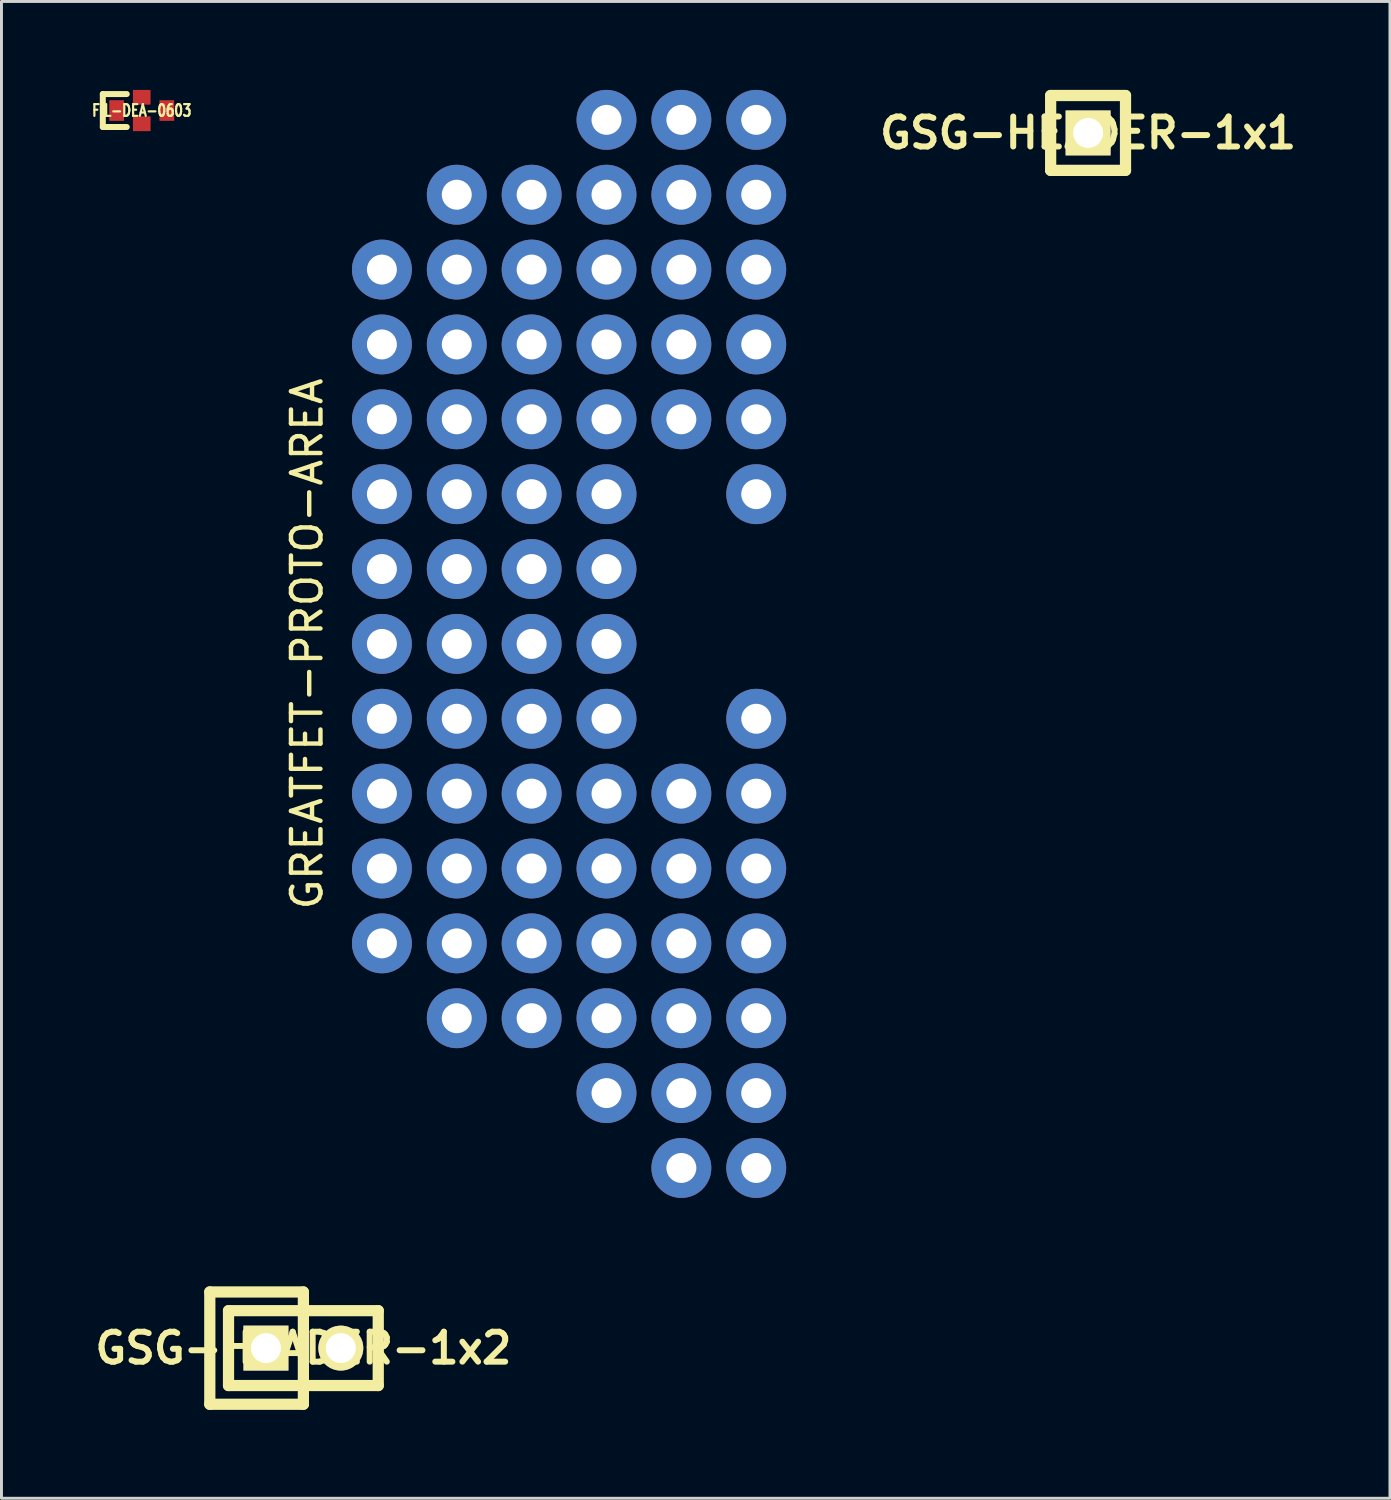
<source format=kicad_pcb>
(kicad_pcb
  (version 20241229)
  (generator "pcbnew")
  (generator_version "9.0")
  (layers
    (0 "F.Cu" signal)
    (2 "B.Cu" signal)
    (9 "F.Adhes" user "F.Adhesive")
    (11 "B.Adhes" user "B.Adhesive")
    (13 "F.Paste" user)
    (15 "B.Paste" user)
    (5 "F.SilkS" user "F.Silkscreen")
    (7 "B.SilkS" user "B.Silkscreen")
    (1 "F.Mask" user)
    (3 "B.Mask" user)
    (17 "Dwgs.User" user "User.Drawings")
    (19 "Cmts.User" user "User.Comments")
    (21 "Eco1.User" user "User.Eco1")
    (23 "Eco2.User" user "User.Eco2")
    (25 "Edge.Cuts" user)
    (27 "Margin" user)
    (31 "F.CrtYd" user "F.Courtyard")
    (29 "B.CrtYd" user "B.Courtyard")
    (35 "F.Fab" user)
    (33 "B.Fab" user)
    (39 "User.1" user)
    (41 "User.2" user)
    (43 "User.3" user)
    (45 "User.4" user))
  (footprint "GSG-HEADER-1x1"
    (layer "F.Cu")
    (at 33.866 1.46)
    (property "Reference" "GSG-HEADER-1x1" (at 0 0 0) (layer "F.SilkS") (effects (font (size 1.016 1.016) (thickness 0.203))))
    (attr through_hole)
    (fp_line (start -1.27 -1.27) (end -1.27 1.27) (stroke (width 0.381) (type solid)) (layer "F.SilkS"))
    (fp_line (start -1.27 -1.27) (end 1.27 -1.27) (stroke (width 0.381) (type solid)) (layer "F.SilkS"))
    (fp_line (start 1.27 -1.27) (end 1.27 1.27) (stroke (width 0.381) (type solid)) (layer "F.SilkS"))
    (fp_line (start 1.27 1.27) (end -1.27 1.27) (stroke (width 0.381) (type solid)) (layer "F.SilkS"))
    (pad "1" thru_hole rect (at 0 0) (size 1.524 1.524) (drill 1.016) (layers "*.Cu" "*.Mask" "F.SilkS")))
  (footprint "FIL-DEA-0603"
    (layer "F.Cu")
    (at 1.759 0.7)
    (property "Reference" "FIL-DEA-0603" (at 0 0 0) (layer "F.SilkS") (effects (font (size 0.399 0.3) (thickness 0.075))))
    (attr through_hole)
    (fp_line (start -1.321 -0.559) (end -1.321 0.559) (stroke (width 0.203) (type solid)) (layer "F.SilkS"))
    (fp_line (start -1.321 0.559) (end -0.508 0.559) (stroke (width 0.203) (type solid)) (layer "F.SilkS"))
    (fp_line (start -0.508 -0.559) (end -1.321 -0.559) (stroke (width 0.203) (type solid)) (layer "F.SilkS"))
    (pad "1" smd rect (at -0.851 0) (size 0.5 0.701) (layers "F.Cu" "F.Mask" "F.Paste"))
    (pad "2" smd rect (at 0 0.45) (size 0.599 0.5) (layers "F.Cu" "F.Mask" "F.Paste"))
    (pad "3" smd rect (at 0.851 0) (size 0.5 0.701) (layers "F.Cu" "F.Mask" "F.Paste"))
    (pad "4" smd rect (at 0 -0.45) (size 0.599 0.5) (layers "F.Cu" "F.Mask" "F.Paste")))
  (footprint "GSG-HEADER-1x2"
    (layer "F.Cu")
    (at 7.243 42.688)
    (property "Reference" "GSG-HEADER-1x2" (at 0 0 0) (layer "F.SilkS") (effects (font (size 1.016 1.016) (thickness 0.203))))
    (attr through_hole)
    (fp_line (start -3.175 -1.905) (end -3.175 1.905) (stroke (width 0.381) (type solid)) (layer "F.SilkS"))
    (fp_line (start -3.175 1.905) (end 0 1.905) (stroke (width 0.381) (type solid)) (layer "F.SilkS"))
    (fp_line (start -2.54 -1.27) (end -2.54 1.27) (stroke (width 0.381) (type solid)) (layer "F.SilkS"))
    (fp_line (start -2.54 -1.27) (end 2.54 -1.27) (stroke (width 0.381) (type solid)) (layer "F.SilkS"))
    (fp_line (start 0 -1.905) (end -3.175 -1.905) (stroke (width 0.381) (type solid)) (layer "F.SilkS"))
    (fp_line (start 0 1.905) (end 0 -1.905) (stroke (width 0.381) (type solid)) (layer "F.SilkS"))
    (fp_line (start 2.54 -1.27) (end 2.54 1.27) (stroke (width 0.381) (type solid)) (layer "F.SilkS"))
    (fp_line (start 2.54 1.27) (end -2.54 1.27) (stroke (width 0.381) (type solid)) (layer "F.SilkS"))
    (pad "1" thru_hole rect (at -1.27 0) (size 1.524 1.524) (drill 1.016) (layers "*.Cu" "*.Mask" "F.SilkS"))
    (pad "2" thru_hole circle (at 1.27 0) (size 1.524 1.524) (drill 1.016) (layers "*.Cu" "*.Mask" "F.SilkS")))
  (footprint "GREATFET-PROTO-AREA"
    (layer "F.Cu")
    (at 22.607 18.796)
    (property "Reference" "GREATFET-PROTO-AREA" (at -15.24 0 270) (layer "F.SilkS") (effects (font (size 1 1) (thickness 0.15))))
    (attr exclude_from_pos_files exclude_from_bom)
    (pad "1" thru_hole circle (at 0 -17.78) (size 2.032 2.032) (drill 1.016) (layers "*.Cu" "*.Mask"))
    (pad "2" thru_hole circle (at 0 -15.24) (size 2.032 2.032) (drill 1.016) (layers "*.Cu" "*.Mask"))
    (pad "3" thru_hole circle (at 0 -12.7) (size 2.032 2.032) (drill 1.016) (layers "*.Cu" "*.Mask"))
    (pad "4" thru_hole circle (at 0 -10.16) (size 2.032 2.032) (drill 1.016) (layers "*.Cu" "*.Mask"))
    (pad "5" thru_hole circle (at 0 -7.62) (size 2.032 2.032) (drill 1.016) (layers "*.Cu" "*.Mask"))
    (pad "6" thru_hole circle (at 0 -5.08) (size 2.032 2.032) (drill 1.016) (layers "*.Cu" "*.Mask"))
    (pad "7" thru_hole circle (at 0 2.54) (size 2.032 2.032) (drill 1.016) (layers "*.Cu" "*.Mask"))
    (pad "8" thru_hole circle (at 0 5.08) (size 2.032 2.032) (drill 1.016) (layers "*.Cu" "*.Mask"))
    (pad "9" thru_hole circle (at 0 7.62) (size 2.032 2.032) (drill 1.016) (layers "*.Cu" "*.Mask"))
    (pad "10" thru_hole circle (at 0 10.16) (size 2.032 2.032) (drill 1.016) (layers "*.Cu" "*.Mask"))
    (pad "11" thru_hole circle (at 0 12.7) (size 2.032 2.032) (drill 1.016) (layers "*.Cu" "*.Mask"))
    (pad "12" thru_hole circle (at 0 15.24) (size 2.032 2.032) (drill 1.016) (layers "*.Cu" "*.Mask"))
    (pad "13" thru_hole circle (at 0 17.78) (size 2.032 2.032) (drill 1.016) (layers "*.Cu" "*.Mask"))
    (pad "14" thru_hole circle (at -2.54 -17.78) (size 2.032 2.032) (drill 1.016) (layers "*.Cu" "*.Mask"))
    (pad "15" thru_hole circle (at -2.54 -15.24) (size 2.032 2.032) (drill 1.016) (layers "*.Cu" "*.Mask"))
    (pad "16" thru_hole circle (at -2.54 -12.7) (size 2.032 2.032) (drill 1.016) (layers "*.Cu" "*.Mask"))
    (pad "17" thru_hole circle (at -2.54 -10.16) (size 2.032 2.032) (drill 1.016) (layers "*.Cu" "*.Mask"))
    (pad "18" thru_hole circle (at -2.54 -7.62) (size 2.032 2.032) (drill 1.016) (layers "*.Cu" "*.Mask"))
    (pad "19" thru_hole circle (at -2.54 5.08) (size 2.032 2.032) (drill 1.016) (layers "*.Cu" "*.Mask"))
    (pad "20" thru_hole circle (at -2.54 7.62) (size 2.032 2.032) (drill 1.016) (layers "*.Cu" "*.Mask"))
    (pad "21" thru_hole circle (at -2.54 10.16) (size 2.032 2.032) (drill 1.016) (layers "*.Cu" "*.Mask"))
    (pad "22" thru_hole circle (at -2.54 12.7) (size 2.032 2.032) (drill 1.016) (layers "*.Cu" "*.Mask"))
    (pad "23" thru_hole circle (at -2.54 15.24) (size 2.032 2.032) (drill 1.016) (layers "*.Cu" "*.Mask"))
    (pad "24" thru_hole circle (at -2.54 17.78) (size 2.032 2.032) (drill 1.016) (layers "*.Cu" "*.Mask"))
    (pad "25" thru_hole circle (at -5.08 -17.78) (size 2.032 2.032) (drill 1.016) (layers "*.Cu" "*.Mask"))
    (pad "26" thru_hole circle (at -5.08 -15.24) (size 2.032 2.032) (drill 1.016) (layers "*.Cu" "*.Mask"))
    (pad "27" thru_hole circle (at -5.08 -12.7) (size 2.032 2.032) (drill 1.016) (layers "*.Cu" "*.Mask"))
    (pad "28" thru_hole circle (at -5.08 -10.16) (size 2.032 2.032) (drill 1.016) (layers "*.Cu" "*.Mask"))
    (pad "29" thru_hole circle (at -5.08 -7.62) (size 2.032 2.032) (drill 1.016) (layers "*.Cu" "*.Mask"))
    (pad "30" thru_hole circle (at -5.08 -5.08) (size 2.032 2.032) (drill 1.016) (layers "*.Cu" "*.Mask"))
    (pad "31" thru_hole circle (at -5.08 -2.54) (size 2.032 2.032) (drill 1.016) (layers "*.Cu" "*.Mask"))
    (pad "32" thru_hole circle (at -5.08 0) (size 2.032 2.032) (drill 1.016) (layers "*.Cu" "*.Mask"))
    (pad "33" thru_hole circle (at -5.08 2.54) (size 2.032 2.032) (drill 1.016) (layers "*.Cu" "*.Mask"))
    (pad "34" thru_hole circle (at -5.08 5.08) (size 2.032 2.032) (drill 1.016) (layers "*.Cu" "*.Mask"))
    (pad "35" thru_hole circle (at -5.08 7.62) (size 2.032 2.032) (drill 1.016) (layers "*.Cu" "*.Mask"))
    (pad "36" thru_hole circle (at -5.08 10.16) (size 2.032 2.032) (drill 1.016) (layers "*.Cu" "*.Mask"))
    (pad "37" thru_hole circle (at -5.08 12.7) (size 2.032 2.032) (drill 1.016) (layers "*.Cu" "*.Mask"))
    (pad "38" thru_hole circle (at -5.08 15.24) (size 2.032 2.032) (drill 1.016) (layers "*.Cu" "*.Mask"))
    (pad "39" thru_hole circle (at -7.62 -15.24) (size 2.032 2.032) (drill 1.016) (layers "*.Cu" "*.Mask"))
    (pad "40" thru_hole circle (at -7.62 -12.7) (size 2.032 2.032) (drill 1.016) (layers "*.Cu" "*.Mask"))
    (pad "41" thru_hole circle (at -7.62 -10.16) (size 2.032 2.032) (drill 1.016) (layers "*.Cu" "*.Mask"))
    (pad "42" thru_hole circle (at -7.62 -7.62) (size 2.032 2.032) (drill 1.016) (layers "*.Cu" "*.Mask"))
    (pad "43" thru_hole circle (at -7.62 -5.08) (size 2.032 2.032) (drill 1.016) (layers "*.Cu" "*.Mask"))
    (pad "44" thru_hole circle (at -7.62 -2.54) (size 2.032 2.032) (drill 1.016) (layers "*.Cu" "*.Mask"))
    (pad "45" thru_hole circle (at -7.62 0) (size 2.032 2.032) (drill 1.016) (layers "*.Cu" "*.Mask"))
    (pad "46" thru_hole circle (at -7.62 2.54) (size 2.032 2.032) (drill 1.016) (layers "*.Cu" "*.Mask"))
    (pad "47" thru_hole circle (at -7.62 5.08) (size 2.032 2.032) (drill 1.016) (layers "*.Cu" "*.Mask"))
    (pad "48" thru_hole circle (at -7.62 7.62) (size 2.032 2.032) (drill 1.016) (layers "*.Cu" "*.Mask"))
    (pad "49" thru_hole circle (at -7.62 10.16) (size 2.032 2.032) (drill 1.016) (layers "*.Cu" "*.Mask"))
    (pad "50" thru_hole circle (at -7.62 12.7) (size 2.032 2.032) (drill 1.016) (layers "*.Cu" "*.Mask"))
    (pad "51" thru_hole circle (at -10.16 -15.24) (size 2.032 2.032) (drill 1.016) (layers "*.Cu" "*.Mask"))
    (pad "52" thru_hole circle (at -10.16 -12.7) (size 2.032 2.032) (drill 1.016) (layers "*.Cu" "*.Mask"))
    (pad "53" thru_hole circle (at -10.16 -10.16) (size 2.032 2.032) (drill 1.016) (layers "*.Cu" "*.Mask"))
    (pad "54" thru_hole circle (at -10.16 -7.62) (size 2.032 2.032) (drill 1.016) (layers "*.Cu" "*.Mask"))
    (pad "55" thru_hole circle (at -10.16 -5.08) (size 2.032 2.032) (drill 1.016) (layers "*.Cu" "*.Mask"))
    (pad "56" thru_hole circle (at -10.16 -2.54) (size 2.032 2.032) (drill 1.016) (layers "*.Cu" "*.Mask"))
    (pad "57" thru_hole circle (at -10.16 0) (size 2.032 2.032) (drill 1.016) (layers "*.Cu" "*.Mask"))
    (pad "58" thru_hole circle (at -10.16 2.54) (size 2.032 2.032) (drill 1.016) (layers "*.Cu" "*.Mask"))
    (pad "59" thru_hole circle (at -10.16 5.08) (size 2.032 2.032) (drill 1.016) (layers "*.Cu" "*.Mask"))
    (pad "60" thru_hole circle (at -10.16 7.62) (size 2.032 2.032) (drill 1.016) (layers "*.Cu" "*.Mask"))
    (pad "61" thru_hole circle (at -10.16 10.16) (size 2.032 2.032) (drill 1.016) (layers "*.Cu" "*.Mask"))
    (pad "62" thru_hole circle (at -10.16 12.7) (size 2.032 2.032) (drill 1.016) (layers "*.Cu" "*.Mask"))
    (pad "63" thru_hole circle (at -12.7 -12.7) (size 2.032 2.032) (drill 1.016) (layers "*.Cu" "*.Mask"))
    (pad "64" thru_hole circle (at -12.7 -10.16) (size 2.032 2.032) (drill 1.016) (layers "*.Cu" "*.Mask"))
    (pad "65" thru_hole circle (at -12.7 -7.62) (size 2.032 2.032) (drill 1.016) (layers "*.Cu" "*.Mask"))
    (pad "66" thru_hole circle (at -12.7 -5.08) (size 2.032 2.032) (drill 1.016) (layers "*.Cu" "*.Mask"))
    (pad "67" thru_hole circle (at -12.7 -2.54) (size 2.032 2.032) (drill 1.016) (layers "*.Cu" "*.Mask"))
    (pad "68" thru_hole circle (at -12.7 0) (size 2.032 2.032) (drill 1.016) (layers "*.Cu" "*.Mask"))
    (pad "69" thru_hole circle (at -12.7 2.54) (size 2.032 2.032) (drill 1.016) (layers "*.Cu" "*.Mask"))
    (pad "70" thru_hole circle (at -12.7 5.08) (size 2.032 2.032) (drill 1.016) (layers "*.Cu" "*.Mask"))
    (pad "71" thru_hole circle (at -12.7 7.62) (size 2.032 2.032) (drill 1.016) (layers "*.Cu" "*.Mask"))
    (pad "72" thru_hole circle (at -12.7 10.16) (size 2.032 2.032) (drill 1.016) (layers "*.Cu" "*.Mask")))
  (gr_rect
    (start -3 -3)
    (end 44.108 47.783)
    (stroke (width 0.1) (type default))
    (fill no)
    (layer "Edge.Cuts")))
</source>
